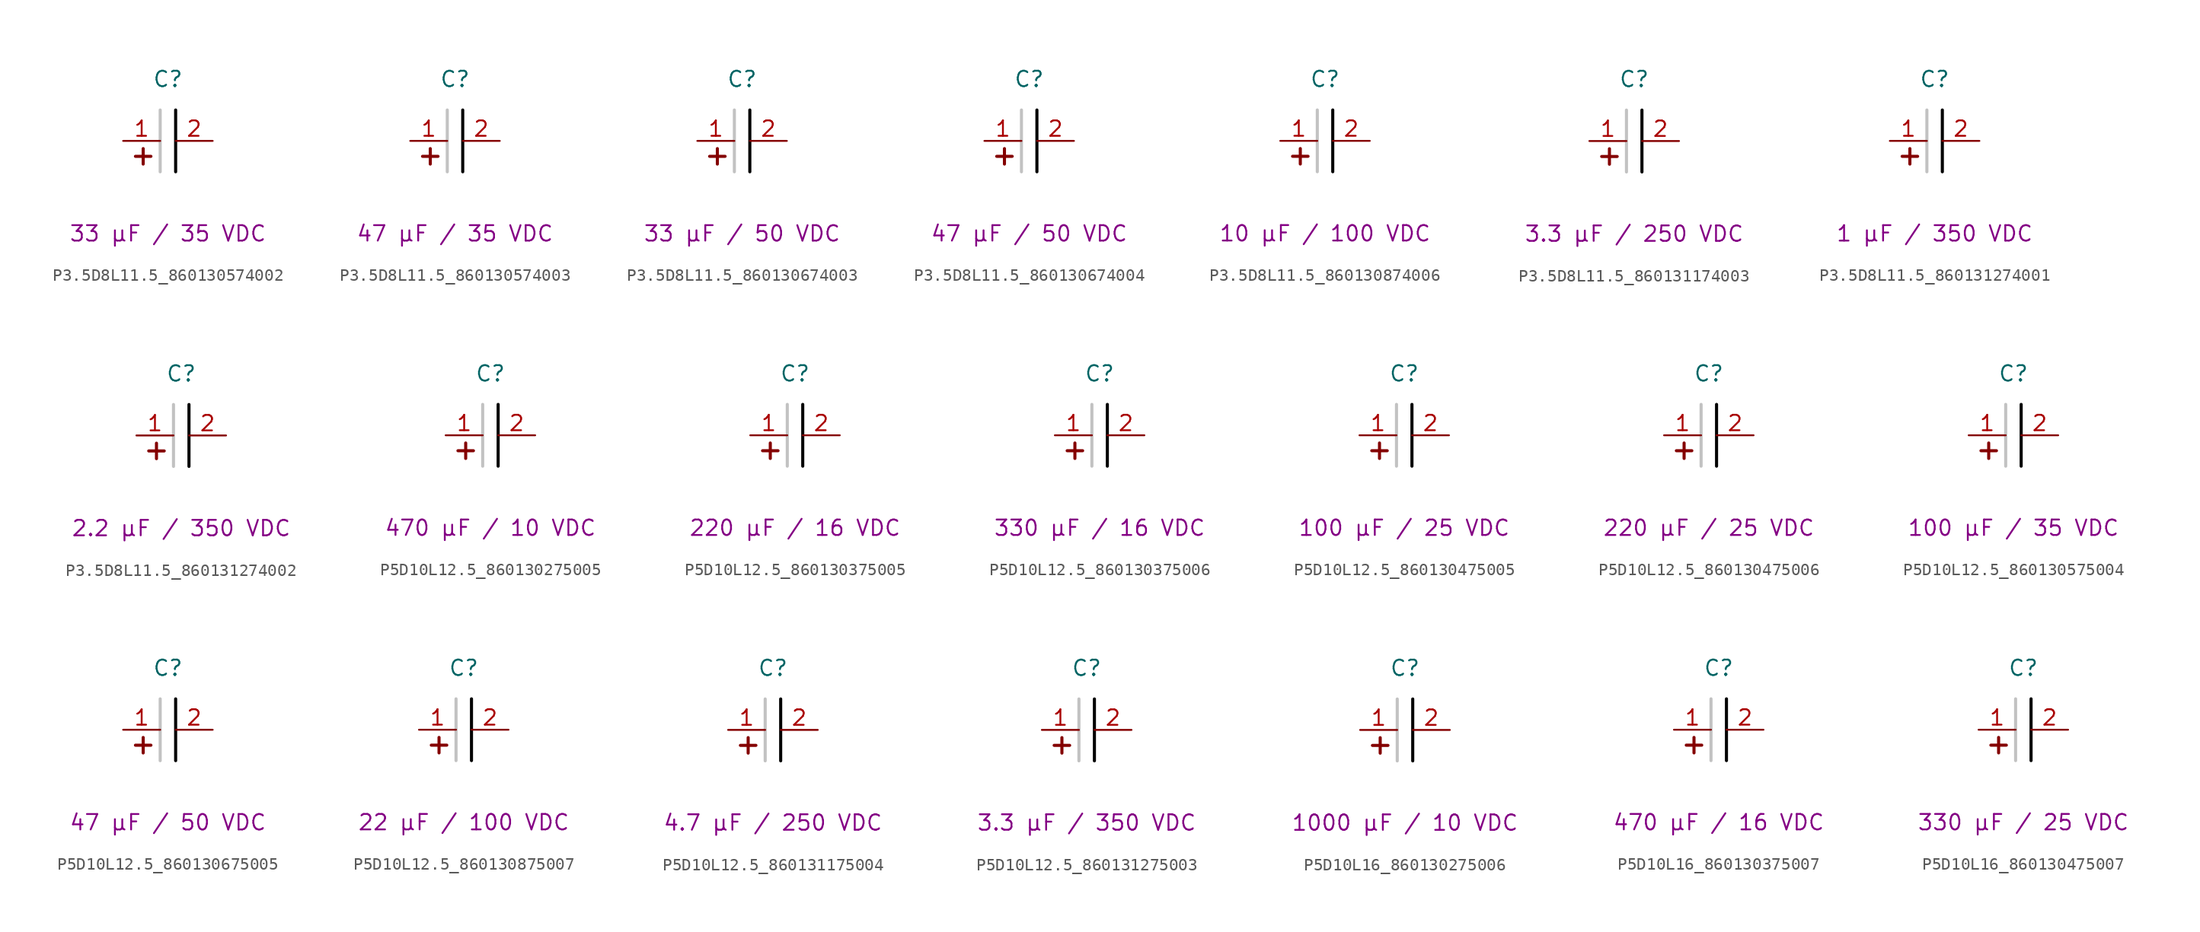
<source format=kicad_sym>
(kicad_symbol_lib
  (version 20220914)
  (generator kicad_symbol_editor)
  (symbol "P3.5D8L11.5_860130574002"
    (pin_names hide)
    (property "Reference" "C"
      (at 0 5.08 0)
      (effects (font (size 1.27 1.27))))
    (property "Critical Parameter" "33 µF / 35 VDC"
      (at 0 -7.62 0)
      (effects (font (size 1.27 1.27))))
    (symbol "P3.5D8L11.5_860130574002_1_1"
      (polyline (pts (xy -2.667 -1.27) (xy -1.397 -1.27)) (stroke (width 0.254) (type default)) (fill (type none)))
      (polyline (pts (xy -2.032 -0.635) (xy -2.032 -1.905)) (stroke (width 0.254) (type default)) (fill (type none)))
      (polyline (pts (xy -0.635 2.54) (xy -0.635 -2.54)) (stroke (width 0.254) (type default) (color 194 194 194 1)) (fill (type none)))
      (polyline (pts (xy 0.635 2.54) (xy 0.635 -2.54)) (stroke (width 0.254) (type default) (color 0 0 0 1)) (fill (type none)))
      (pin passive line (at -3.679 0 0) (length 3.044) (name "1" (effects (font (size 1.27 1.27)))) (number "1" (effects (font (size 1.27 1.27)))))
      (pin passive line (at 3.679 0 180) (length 3.044) (name "2" (effects (font (size 1.27 1.27)))) (number "2" (effects (font (size 1.27 1.27)))))))
  (symbol "P3.5D8L11.5_860130574003"
    (pin_names hide)
    (property "Reference" "C"
      (at 0 5.08 0)
      (effects (font (size 1.27 1.27))))
    (property "Critical Parameter" "47 µF / 35 VDC"
      (at 0 -7.62 0)
      (effects (font (size 1.27 1.27))))
    (symbol "P3.5D8L11.5_860130574003_1_1"
      (polyline (pts (xy -2.667 -1.27) (xy -1.397 -1.27)) (stroke (width 0.254) (type default)) (fill (type none)))
      (polyline (pts (xy -2.032 -0.635) (xy -2.032 -1.905)) (stroke (width 0.254) (type default)) (fill (type none)))
      (polyline (pts (xy -0.635 2.54) (xy -0.635 -2.54)) (stroke (width 0.254) (type default) (color 194 194 194 1)) (fill (type none)))
      (polyline (pts (xy 0.635 2.54) (xy 0.635 -2.54)) (stroke (width 0.254) (type default) (color 0 0 0 1)) (fill (type none)))
      (pin passive line (at -3.679 0 0) (length 3.044) (name "1" (effects (font (size 1.27 1.27)))) (number "1" (effects (font (size 1.27 1.27)))))
      (pin passive line (at 3.679 0 180) (length 3.044) (name "2" (effects (font (size 1.27 1.27)))) (number "2" (effects (font (size 1.27 1.27)))))))
  (symbol "P3.5D8L11.5_860130674003"
    (pin_names hide)
    (property "Reference" "C"
      (at 0 5.08 0)
      (effects (font (size 1.27 1.27))))
    (property "Critical Parameter" "33 µF / 50 VDC"
      (at 0 -7.62 0)
      (effects (font (size 1.27 1.27))))
    (symbol "P3.5D8L11.5_860130674003_1_1"
      (polyline (pts (xy -2.667 -1.27) (xy -1.397 -1.27)) (stroke (width 0.254) (type default)) (fill (type none)))
      (polyline (pts (xy -2.032 -0.635) (xy -2.032 -1.905)) (stroke (width 0.254) (type default)) (fill (type none)))
      (polyline (pts (xy -0.635 2.54) (xy -0.635 -2.54)) (stroke (width 0.254) (type default) (color 194 194 194 1)) (fill (type none)))
      (polyline (pts (xy 0.635 2.54) (xy 0.635 -2.54)) (stroke (width 0.254) (type default) (color 0 0 0 1)) (fill (type none)))
      (pin passive line (at -3.679 0 0) (length 3.044) (name "1" (effects (font (size 1.27 1.27)))) (number "1" (effects (font (size 1.27 1.27)))))
      (pin passive line (at 3.679 0 180) (length 3.044) (name "2" (effects (font (size 1.27 1.27)))) (number "2" (effects (font (size 1.27 1.27)))))))
  (symbol "P3.5D8L11.5_860130674004"
    (pin_names hide)
    (property "Reference" "C"
      (at 0 5.08 0)
      (effects (font (size 1.27 1.27))))
    (property "Critical Parameter" "47 µF / 50 VDC"
      (at 0 -7.62 0)
      (effects (font (size 1.27 1.27))))
    (symbol "P3.5D8L11.5_860130674004_1_1"
      (polyline (pts (xy -2.667 -1.27) (xy -1.397 -1.27)) (stroke (width 0.254) (type default)) (fill (type none)))
      (polyline (pts (xy -2.032 -0.635) (xy -2.032 -1.905)) (stroke (width 0.254) (type default)) (fill (type none)))
      (polyline (pts (xy -0.635 2.54) (xy -0.635 -2.54)) (stroke (width 0.254) (type default) (color 194 194 194 1)) (fill (type none)))
      (polyline (pts (xy 0.635 2.54) (xy 0.635 -2.54)) (stroke (width 0.254) (type default) (color 0 0 0 1)) (fill (type none)))
      (pin passive line (at -3.679 0 0) (length 3.044) (name "1" (effects (font (size 1.27 1.27)))) (number "1" (effects (font (size 1.27 1.27)))))
      (pin passive line (at 3.679 0 180) (length 3.044) (name "2" (effects (font (size 1.27 1.27)))) (number "2" (effects (font (size 1.27 1.27)))))))
  (symbol "P3.5D8L11.5_860130874006"
    (pin_names hide)
    (property "Reference" "C"
      (at 0 5.08 0)
      (effects (font (size 1.27 1.27))))
    (property "Critical Parameter" "10 µF / 100 VDC"
      (at 0 -7.62 0)
      (effects (font (size 1.27 1.27))))
    (symbol "P3.5D8L11.5_860130874006_1_1"
      (polyline (pts (xy -2.667 -1.27) (xy -1.397 -1.27)) (stroke (width 0.254) (type default)) (fill (type none)))
      (polyline (pts (xy -2.032 -0.635) (xy -2.032 -1.905)) (stroke (width 0.254) (type default)) (fill (type none)))
      (polyline (pts (xy -0.635 2.54) (xy -0.635 -2.54)) (stroke (width 0.254) (type default) (color 194 194 194 1)) (fill (type none)))
      (polyline (pts (xy 0.635 2.54) (xy 0.635 -2.54)) (stroke (width 0.254) (type default) (color 0 0 0 1)) (fill (type none)))
      (pin passive line (at -3.679 0 0) (length 3.044) (name "1" (effects (font (size 1.27 1.27)))) (number "1" (effects (font (size 1.27 1.27)))))
      (pin passive line (at 3.679 0 180) (length 3.044) (name "2" (effects (font (size 1.27 1.27)))) (number "2" (effects (font (size 1.27 1.27)))))))
  (symbol "P3.5D8L11.5_860131174003"
    (pin_names hide)
    (property "Reference" "C"
      (at 0 5.08 0)
      (effects (font (size 1.27 1.27))))
    (property "Critical Parameter" "3.3 µF / 250 VDC"
      (at 0 -7.62 0)
      (effects (font (size 1.27 1.27))))
    (symbol "P3.5D8L11.5_860131174003_1_1"
      (polyline (pts (xy -2.667 -1.27) (xy -1.397 -1.27)) (stroke (width 0.254) (type default)) (fill (type none)))
      (polyline (pts (xy -2.032 -0.635) (xy -2.032 -1.905)) (stroke (width 0.254) (type default)) (fill (type none)))
      (polyline (pts (xy -0.635 2.54) (xy -0.635 -2.54)) (stroke (width 0.254) (type default) (color 194 194 194 1)) (fill (type none)))
      (polyline (pts (xy 0.635 2.54) (xy 0.635 -2.54)) (stroke (width 0.254) (type default) (color 0 0 0 1)) (fill (type none)))
      (pin passive line (at -3.679 0 0) (length 3.044) (name "1" (effects (font (size 1.27 1.27)))) (number "1" (effects (font (size 1.27 1.27)))))
      (pin passive line (at 3.679 0 180) (length 3.044) (name "2" (effects (font (size 1.27 1.27)))) (number "2" (effects (font (size 1.27 1.27)))))))
  (symbol "P3.5D8L11.5_860131274001"
    (pin_names hide)
    (property "Reference" "C"
      (at 0 5.08 0)
      (effects (font (size 1.27 1.27))))
    (property "Critical Parameter" "1 µF / 350 VDC"
      (at 0 -7.62 0)
      (effects (font (size 1.27 1.27))))
    (symbol "P3.5D8L11.5_860131274001_1_1"
      (polyline (pts (xy -2.667 -1.27) (xy -1.397 -1.27)) (stroke (width 0.254) (type default)) (fill (type none)))
      (polyline (pts (xy -2.032 -0.635) (xy -2.032 -1.905)) (stroke (width 0.254) (type default)) (fill (type none)))
      (polyline (pts (xy -0.635 2.54) (xy -0.635 -2.54)) (stroke (width 0.254) (type default) (color 194 194 194 1)) (fill (type none)))
      (polyline (pts (xy 0.635 2.54) (xy 0.635 -2.54)) (stroke (width 0.254) (type default) (color 0 0 0 1)) (fill (type none)))
      (pin passive line (at -3.679 0 0) (length 3.044) (name "1" (effects (font (size 1.27 1.27)))) (number "1" (effects (font (size 1.27 1.27)))))
      (pin passive line (at 3.679 0 180) (length 3.044) (name "2" (effects (font (size 1.27 1.27)))) (number "2" (effects (font (size 1.27 1.27)))))))
  (symbol "P3.5D8L11.5_860131274002"
    (pin_names hide)
    (property "Reference" "C"
      (at 0 5.08 0)
      (effects (font (size 1.27 1.27))))
    (property "Critical Parameter" "2.2 µF / 350 VDC"
      (at 0 -7.62 0)
      (effects (font (size 1.27 1.27))))
    (symbol "P3.5D8L11.5_860131274002_1_1"
      (polyline (pts (xy -2.667 -1.27) (xy -1.397 -1.27)) (stroke (width 0.254) (type default)) (fill (type none)))
      (polyline (pts (xy -2.032 -0.635) (xy -2.032 -1.905)) (stroke (width 0.254) (type default)) (fill (type none)))
      (polyline (pts (xy -0.635 2.54) (xy -0.635 -2.54)) (stroke (width 0.254) (type default) (color 194 194 194 1)) (fill (type none)))
      (polyline (pts (xy 0.635 2.54) (xy 0.635 -2.54)) (stroke (width 0.254) (type default) (color 0 0 0 1)) (fill (type none)))
      (pin passive line (at -3.679 0 0) (length 3.044) (name "1" (effects (font (size 1.27 1.27)))) (number "1" (effects (font (size 1.27 1.27)))))
      (pin passive line (at 3.679 0 180) (length 3.044) (name "2" (effects (font (size 1.27 1.27)))) (number "2" (effects (font (size 1.27 1.27)))))))
  (symbol "P5D10L12.5_860130275005"
    (pin_names hide)
    (property "Reference" "C"
      (at 0 5.08 0)
      (effects (font (size 1.27 1.27))))
    (property "Critical Parameter" "470 µF / 10 VDC"
      (at 0 -7.62 0)
      (effects (font (size 1.27 1.27))))
    (symbol "P5D10L12.5_860130275005_1_1"
      (polyline (pts (xy -2.667 -1.27) (xy -1.397 -1.27)) (stroke (width 0.254) (type default)) (fill (type none)))
      (polyline (pts (xy -2.032 -0.635) (xy -2.032 -1.905)) (stroke (width 0.254) (type default)) (fill (type none)))
      (polyline (pts (xy -0.635 2.54) (xy -0.635 -2.54)) (stroke (width 0.254) (type default) (color 194 194 194 1)) (fill (type none)))
      (polyline (pts (xy 0.635 2.54) (xy 0.635 -2.54)) (stroke (width 0.254) (type default) (color 0 0 0 1)) (fill (type none)))
      (pin passive line (at -3.679 0 0) (length 3.044) (name "1" (effects (font (size 1.27 1.27)))) (number "1" (effects (font (size 1.27 1.27)))))
      (pin passive line (at 3.679 0 180) (length 3.044) (name "2" (effects (font (size 1.27 1.27)))) (number "2" (effects (font (size 1.27 1.27)))))))
  (symbol "P5D10L12.5_860130375005"
    (pin_names hide)
    (property "Reference" "C"
      (at 0 5.08 0)
      (effects (font (size 1.27 1.27))))
    (property "Critical Parameter" "220 µF / 16 VDC"
      (at 0 -7.62 0)
      (effects (font (size 1.27 1.27))))
    (symbol "P5D10L12.5_860130375005_1_1"
      (polyline (pts (xy -2.667 -1.27) (xy -1.397 -1.27)) (stroke (width 0.254) (type default)) (fill (type none)))
      (polyline (pts (xy -2.032 -0.635) (xy -2.032 -1.905)) (stroke (width 0.254) (type default)) (fill (type none)))
      (polyline (pts (xy -0.635 2.54) (xy -0.635 -2.54)) (stroke (width 0.254) (type default) (color 194 194 194 1)) (fill (type none)))
      (polyline (pts (xy 0.635 2.54) (xy 0.635 -2.54)) (stroke (width 0.254) (type default) (color 0 0 0 1)) (fill (type none)))
      (pin passive line (at -3.679 0 0) (length 3.044) (name "1" (effects (font (size 1.27 1.27)))) (number "1" (effects (font (size 1.27 1.27)))))
      (pin passive line (at 3.679 0 180) (length 3.044) (name "2" (effects (font (size 1.27 1.27)))) (number "2" (effects (font (size 1.27 1.27)))))))
  (symbol "P5D10L12.5_860130375006"
    (pin_names hide)
    (property "Reference" "C"
      (at 0 5.08 0)
      (effects (font (size 1.27 1.27))))
    (property "Critical Parameter" "330 µF / 16 VDC"
      (at 0 -7.62 0)
      (effects (font (size 1.27 1.27))))
    (symbol "P5D10L12.5_860130375006_1_1"
      (polyline (pts (xy -2.667 -1.27) (xy -1.397 -1.27)) (stroke (width 0.254) (type default)) (fill (type none)))
      (polyline (pts (xy -2.032 -0.635) (xy -2.032 -1.905)) (stroke (width 0.254) (type default)) (fill (type none)))
      (polyline (pts (xy -0.635 2.54) (xy -0.635 -2.54)) (stroke (width 0.254) (type default) (color 194 194 194 1)) (fill (type none)))
      (polyline (pts (xy 0.635 2.54) (xy 0.635 -2.54)) (stroke (width 0.254) (type default) (color 0 0 0 1)) (fill (type none)))
      (pin passive line (at -3.679 0 0) (length 3.044) (name "1" (effects (font (size 1.27 1.27)))) (number "1" (effects (font (size 1.27 1.27)))))
      (pin passive line (at 3.679 0 180) (length 3.044) (name "2" (effects (font (size 1.27 1.27)))) (number "2" (effects (font (size 1.27 1.27)))))))
  (symbol "P5D10L12.5_860130475005"
    (pin_names hide)
    (property "Reference" "C"
      (at 0 5.08 0)
      (effects (font (size 1.27 1.27))))
    (property "Critical Parameter" "100 µF / 25 VDC"
      (at 0 -7.62 0)
      (effects (font (size 1.27 1.27))))
    (symbol "P5D10L12.5_860130475005_1_1"
      (polyline (pts (xy -2.667 -1.27) (xy -1.397 -1.27)) (stroke (width 0.254) (type default)) (fill (type none)))
      (polyline (pts (xy -2.032 -0.635) (xy -2.032 -1.905)) (stroke (width 0.254) (type default)) (fill (type none)))
      (polyline (pts (xy -0.635 2.54) (xy -0.635 -2.54)) (stroke (width 0.254) (type default) (color 194 194 194 1)) (fill (type none)))
      (polyline (pts (xy 0.635 2.54) (xy 0.635 -2.54)) (stroke (width 0.254) (type default) (color 0 0 0 1)) (fill (type none)))
      (pin passive line (at -3.679 0 0) (length 3.044) (name "1" (effects (font (size 1.27 1.27)))) (number "1" (effects (font (size 1.27 1.27)))))
      (pin passive line (at 3.679 0 180) (length 3.044) (name "2" (effects (font (size 1.27 1.27)))) (number "2" (effects (font (size 1.27 1.27)))))))
  (symbol "P5D10L12.5_860130475006"
    (pin_names hide)
    (property "Reference" "C"
      (at 0 5.08 0)
      (effects (font (size 1.27 1.27))))
    (property "Critical Parameter" "220 µF / 25 VDC"
      (at 0 -7.62 0)
      (effects (font (size 1.27 1.27))))
    (symbol "P5D10L12.5_860130475006_1_1"
      (polyline (pts (xy -2.667 -1.27) (xy -1.397 -1.27)) (stroke (width 0.254) (type default)) (fill (type none)))
      (polyline (pts (xy -2.032 -0.635) (xy -2.032 -1.905)) (stroke (width 0.254) (type default)) (fill (type none)))
      (polyline (pts (xy -0.635 2.54) (xy -0.635 -2.54)) (stroke (width 0.254) (type default) (color 194 194 194 1)) (fill (type none)))
      (polyline (pts (xy 0.635 2.54) (xy 0.635 -2.54)) (stroke (width 0.254) (type default) (color 0 0 0 1)) (fill (type none)))
      (pin passive line (at -3.679 0 0) (length 3.044) (name "1" (effects (font (size 1.27 1.27)))) (number "1" (effects (font (size 1.27 1.27)))))
      (pin passive line (at 3.679 0 180) (length 3.044) (name "2" (effects (font (size 1.27 1.27)))) (number "2" (effects (font (size 1.27 1.27)))))))
  (symbol "P5D10L12.5_860130575004"
    (pin_names hide)
    (property "Reference" "C"
      (at 0 5.08 0)
      (effects (font (size 1.27 1.27))))
    (property "Critical Parameter" "100 µF / 35 VDC"
      (at 0 -7.62 0)
      (effects (font (size 1.27 1.27))))
    (symbol "P5D10L12.5_860130575004_1_1"
      (polyline (pts (xy -2.667 -1.27) (xy -1.397 -1.27)) (stroke (width 0.254) (type default)) (fill (type none)))
      (polyline (pts (xy -2.032 -0.635) (xy -2.032 -1.905)) (stroke (width 0.254) (type default)) (fill (type none)))
      (polyline (pts (xy -0.635 2.54) (xy -0.635 -2.54)) (stroke (width 0.254) (type default) (color 194 194 194 1)) (fill (type none)))
      (polyline (pts (xy 0.635 2.54) (xy 0.635 -2.54)) (stroke (width 0.254) (type default) (color 0 0 0 1)) (fill (type none)))
      (pin passive line (at -3.679 0 0) (length 3.044) (name "1" (effects (font (size 1.27 1.27)))) (number "1" (effects (font (size 1.27 1.27)))))
      (pin passive line (at 3.679 0 180) (length 3.044) (name "2" (effects (font (size 1.27 1.27)))) (number "2" (effects (font (size 1.27 1.27)))))))
  (symbol "P5D10L12.5_860130675005"
    (pin_names hide)
    (property "Reference" "C"
      (at 0 5.08 0)
      (effects (font (size 1.27 1.27))))
    (property "Critical Parameter" "47 µF / 50 VDC"
      (at 0 -7.62 0)
      (effects (font (size 1.27 1.27))))
    (symbol "P5D10L12.5_860130675005_1_1"
      (polyline (pts (xy -2.667 -1.27) (xy -1.397 -1.27)) (stroke (width 0.254) (type default)) (fill (type none)))
      (polyline (pts (xy -2.032 -0.635) (xy -2.032 -1.905)) (stroke (width 0.254) (type default)) (fill (type none)))
      (polyline (pts (xy -0.635 2.54) (xy -0.635 -2.54)) (stroke (width 0.254) (type default) (color 194 194 194 1)) (fill (type none)))
      (polyline (pts (xy 0.635 2.54) (xy 0.635 -2.54)) (stroke (width 0.254) (type default) (color 0 0 0 1)) (fill (type none)))
      (pin passive line (at -3.679 0 0) (length 3.044) (name "1" (effects (font (size 1.27 1.27)))) (number "1" (effects (font (size 1.27 1.27)))))
      (pin passive line (at 3.679 0 180) (length 3.044) (name "2" (effects (font (size 1.27 1.27)))) (number "2" (effects (font (size 1.27 1.27)))))))
  (symbol "P5D10L12.5_860130875007"
    (pin_names hide)
    (property "Reference" "C"
      (at 0 5.08 0)
      (effects (font (size 1.27 1.27))))
    (property "Critical Parameter" "22 µF / 100 VDC"
      (at 0 -7.62 0)
      (effects (font (size 1.27 1.27))))
    (symbol "P5D10L12.5_860130875007_1_1"
      (polyline (pts (xy -2.667 -1.27) (xy -1.397 -1.27)) (stroke (width 0.254) (type default)) (fill (type none)))
      (polyline (pts (xy -2.032 -0.635) (xy -2.032 -1.905)) (stroke (width 0.254) (type default)) (fill (type none)))
      (polyline (pts (xy -0.635 2.54) (xy -0.635 -2.54)) (stroke (width 0.254) (type default) (color 194 194 194 1)) (fill (type none)))
      (polyline (pts (xy 0.635 2.54) (xy 0.635 -2.54)) (stroke (width 0.254) (type default) (color 0 0 0 1)) (fill (type none)))
      (pin passive line (at -3.679 0 0) (length 3.044) (name "1" (effects (font (size 1.27 1.27)))) (number "1" (effects (font (size 1.27 1.27)))))
      (pin passive line (at 3.679 0 180) (length 3.044) (name "2" (effects (font (size 1.27 1.27)))) (number "2" (effects (font (size 1.27 1.27)))))))
  (symbol "P5D10L12.5_860131175004"
    (pin_names hide)
    (property "Reference" "C"
      (at 0 5.08 0)
      (effects (font (size 1.27 1.27))))
    (property "Critical Parameter" "4.7 µF / 250 VDC"
      (at 0 -7.62 0)
      (effects (font (size 1.27 1.27))))
    (symbol "P5D10L12.5_860131175004_1_1"
      (polyline (pts (xy -2.667 -1.27) (xy -1.397 -1.27)) (stroke (width 0.254) (type default)) (fill (type none)))
      (polyline (pts (xy -2.032 -0.635) (xy -2.032 -1.905)) (stroke (width 0.254) (type default)) (fill (type none)))
      (polyline (pts (xy -0.635 2.54) (xy -0.635 -2.54)) (stroke (width 0.254) (type default) (color 194 194 194 1)) (fill (type none)))
      (polyline (pts (xy 0.635 2.54) (xy 0.635 -2.54)) (stroke (width 0.254) (type default) (color 0 0 0 1)) (fill (type none)))
      (pin passive line (at -3.679 0 0) (length 3.044) (name "1" (effects (font (size 1.27 1.27)))) (number "1" (effects (font (size 1.27 1.27)))))
      (pin passive line (at 3.679 0 180) (length 3.044) (name "2" (effects (font (size 1.27 1.27)))) (number "2" (effects (font (size 1.27 1.27)))))))
  (symbol "P5D10L12.5_860131275003"
    (pin_names hide)
    (property "Reference" "C"
      (at 0 5.08 0)
      (effects (font (size 1.27 1.27))))
    (property "Critical Parameter" "3.3 µF / 350 VDC"
      (at 0 -7.62 0)
      (effects (font (size 1.27 1.27))))
    (symbol "P5D10L12.5_860131275003_1_1"
      (polyline (pts (xy -2.667 -1.27) (xy -1.397 -1.27)) (stroke (width 0.254) (type default)) (fill (type none)))
      (polyline (pts (xy -2.032 -0.635) (xy -2.032 -1.905)) (stroke (width 0.254) (type default)) (fill (type none)))
      (polyline (pts (xy -0.635 2.54) (xy -0.635 -2.54)) (stroke (width 0.254) (type default) (color 194 194 194 1)) (fill (type none)))
      (polyline (pts (xy 0.635 2.54) (xy 0.635 -2.54)) (stroke (width 0.254) (type default) (color 0 0 0 1)) (fill (type none)))
      (pin passive line (at -3.679 0 0) (length 3.044) (name "1" (effects (font (size 1.27 1.27)))) (number "1" (effects (font (size 1.27 1.27)))))
      (pin passive line (at 3.679 0 180) (length 3.044) (name "2" (effects (font (size 1.27 1.27)))) (number "2" (effects (font (size 1.27 1.27)))))))
  (symbol "P5D10L16_860130275006"
    (pin_names hide)
    (property "Reference" "C"
      (at 0 5.08 0)
      (effects (font (size 1.27 1.27))))
    (property "Critical Parameter" "1000 µF / 10 VDC"
      (at 0 -7.62 0)
      (effects (font (size 1.27 1.27))))
    (symbol "P5D10L16_860130275006_1_1"
      (polyline (pts (xy -2.667 -1.27) (xy -1.397 -1.27)) (stroke (width 0.254) (type default)) (fill (type none)))
      (polyline (pts (xy -2.032 -0.635) (xy -2.032 -1.905)) (stroke (width 0.254) (type default)) (fill (type none)))
      (polyline (pts (xy -0.635 2.54) (xy -0.635 -2.54)) (stroke (width 0.254) (type default) (color 194 194 194 1)) (fill (type none)))
      (polyline (pts (xy 0.635 2.54) (xy 0.635 -2.54)) (stroke (width 0.254) (type default) (color 0 0 0 1)) (fill (type none)))
      (pin passive line (at -3.679 0 0) (length 3.044) (name "1" (effects (font (size 1.27 1.27)))) (number "1" (effects (font (size 1.27 1.27)))))
      (pin passive line (at 3.679 0 180) (length 3.044) (name "2" (effects (font (size 1.27 1.27)))) (number "2" (effects (font (size 1.27 1.27)))))))
  (symbol "P5D10L16_860130375007"
    (pin_names hide)
    (property "Reference" "C"
      (at 0 5.08 0)
      (effects (font (size 1.27 1.27))))
    (property "Critical Parameter" "470 µF / 16 VDC"
      (at 0 -7.62 0)
      (effects (font (size 1.27 1.27))))
    (symbol "P5D10L16_860130375007_1_1"
      (polyline (pts (xy -2.667 -1.27) (xy -1.397 -1.27)) (stroke (width 0.254) (type default)) (fill (type none)))
      (polyline (pts (xy -2.032 -0.635) (xy -2.032 -1.905)) (stroke (width 0.254) (type default)) (fill (type none)))
      (polyline (pts (xy -0.635 2.54) (xy -0.635 -2.54)) (stroke (width 0.254) (type default) (color 194 194 194 1)) (fill (type none)))
      (polyline (pts (xy 0.635 2.54) (xy 0.635 -2.54)) (stroke (width 0.254) (type default) (color 0 0 0 1)) (fill (type none)))
      (pin passive line (at -3.679 0 0) (length 3.044) (name "1" (effects (font (size 1.27 1.27)))) (number "1" (effects (font (size 1.27 1.27)))))
      (pin passive line (at 3.679 0 180) (length 3.044) (name "2" (effects (font (size 1.27 1.27)))) (number "2" (effects (font (size 1.27 1.27)))))))
  (symbol "P5D10L16_860130475007"
    (pin_names hide)
    (property "Reference" "C"
      (at 0 5.08 0)
      (effects (font (size 1.27 1.27))))
    (property "Critical Parameter" "330 µF / 25 VDC"
      (at 0 -7.62 0)
      (effects (font (size 1.27 1.27))))
    (symbol "P5D10L16_860130475007_1_1"
      (polyline (pts (xy -2.667 -1.27) (xy -1.397 -1.27)) (stroke (width 0.254) (type default)) (fill (type none)))
      (polyline (pts (xy -2.032 -0.635) (xy -2.032 -1.905)) (stroke (width 0.254) (type default)) (fill (type none)))
      (polyline (pts (xy -0.635 2.54) (xy -0.635 -2.54)) (stroke (width 0.254) (type default) (color 194 194 194 1)) (fill (type none)))
      (polyline (pts (xy 0.635 2.54) (xy 0.635 -2.54)) (stroke (width 0.254) (type default) (color 0 0 0 1)) (fill (type none)))
      (pin passive line (at -3.679 0 0) (length 3.044) (name "1" (effects (font (size 1.27 1.27)))) (number "1" (effects (font (size 1.27 1.27)))))
      (pin passive line (at 3.679 0 180) (length 3.044) (name "2" (effects (font (size 1.27 1.27)))) (number "2" (effects (font (size 1.27 1.27))))))))
</source>
